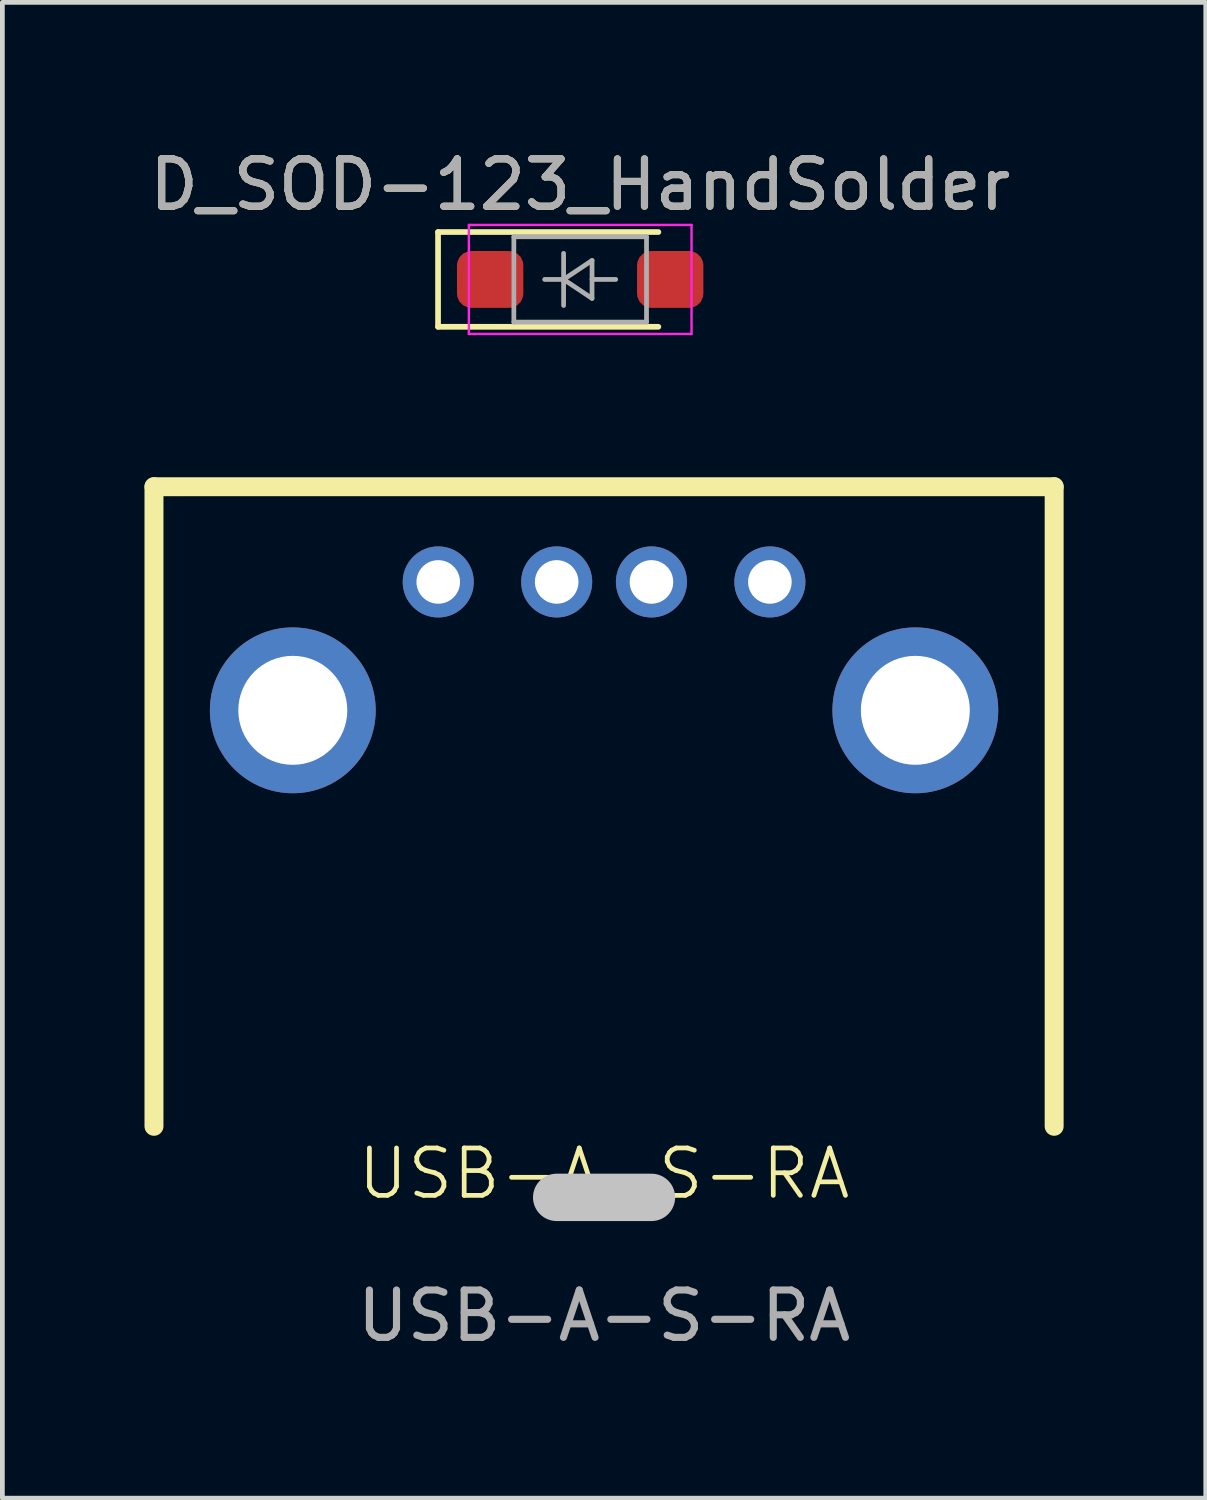
<source format=kicad_pcb>
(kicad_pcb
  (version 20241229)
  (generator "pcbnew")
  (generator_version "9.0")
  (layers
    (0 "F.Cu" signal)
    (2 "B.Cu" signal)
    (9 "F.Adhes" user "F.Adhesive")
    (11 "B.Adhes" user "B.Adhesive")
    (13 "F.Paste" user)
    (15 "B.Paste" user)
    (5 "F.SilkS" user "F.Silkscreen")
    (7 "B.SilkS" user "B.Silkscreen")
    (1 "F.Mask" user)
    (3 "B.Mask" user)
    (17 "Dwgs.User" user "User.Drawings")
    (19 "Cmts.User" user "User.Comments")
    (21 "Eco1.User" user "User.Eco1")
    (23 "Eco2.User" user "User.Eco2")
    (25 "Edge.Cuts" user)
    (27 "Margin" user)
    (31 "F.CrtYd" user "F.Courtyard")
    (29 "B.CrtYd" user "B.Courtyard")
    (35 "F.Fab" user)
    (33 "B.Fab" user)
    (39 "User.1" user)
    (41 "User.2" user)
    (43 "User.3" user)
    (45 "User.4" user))
  (footprint "USB-A-S-RA"
    (layer "F.Cu")
    (at 9.7 22.223)
    (property "Reference" "USB-A-S-RA" (at 0 -0.5 0) (unlocked yes) (layer "F.SilkS") (effects (font (size 1 1) (thickness 0.1))))
    (attr smd)
    (fp_line (start -9.5 -15) (end 9.5 -15) (stroke (width 0.4) (type solid)) (layer "F.SilkS"))
    (fp_line (start -9.5 -1.5) (end -9.5 -15) (stroke (width 0.4) (type solid)) (layer "F.SilkS"))
    (fp_line (start 9.5 -15) (end 9.5 -1.5) (stroke (width 0.4) (type solid)) (layer "F.SilkS"))
    (fp_line (start -1 0) (end 1 0) (stroke (width 1) (type solid)) (layer "Dwgs.User"))
    (fp_text user "${REFERENCE}" (at 0 2.5 0) (unlocked yes) (layer "F.Fab") (effects (font (size 1 1) (thickness 0.15))))
    (pad "1" thru_hole circle (at -3.5 -12.99) (size 1.5 1.5) (drill 0.92) (layers "*.Cu" "*.Mask"))
    (pad "2" thru_hole circle (at -1 -12.99) (size 1.5 1.5) (drill 0.92) (layers "*.Cu" "*.Mask"))
    (pad "3" thru_hole circle (at 1 -12.99) (size 1.5 1.5) (drill 0.92) (layers "*.Cu" "*.Mask"))
    (pad "4" thru_hole circle (at 3.5 -12.99) (size 1.5 1.5) (drill 0.92) (layers "*.Cu" "*.Mask"))
    (pad "SH1" thru_hole circle (at -6.57 -10.28) (size 3.5 3.5) (drill 2.3) (layers "*.Cu" "*.Mask"))
    (pad "SH2" thru_hole circle (at 6.57 -10.28) (size 3.5 3.5) (drill 2.3) (layers "*.Cu" "*.Mask")))
  (footprint "D_SOD-123_HandSolder"
    (layer "F.Cu")
    (at 9.196 2.848)
    (property "Reference" "D_SOD-123_HandSolder" (at 0 -2 0) (layer "F.SilkS") (effects (font (size 1 1) (thickness 0.15))))
    (attr smd)
    (fp_line (start -3 -1) (end -3 1) (stroke (width 0.12) (type solid)) (layer "F.SilkS"))
    (fp_line (start -3 -1) (end 1.65 -1) (stroke (width 0.12) (type solid)) (layer "F.SilkS"))
    (fp_line (start -3 1) (end 1.65 1) (stroke (width 0.12) (type solid)) (layer "F.SilkS"))
    (fp_line (start -2.35 -1.15) (end -2.35 1.15) (stroke (width 0.05) (type solid)) (layer "F.CrtYd"))
    (fp_line (start -2.35 -1.15) (end 2.35 -1.15) (stroke (width 0.05) (type solid)) (layer "F.CrtYd"))
    (fp_line (start 2.35 -1.15) (end 2.35 1.15) (stroke (width 0.05) (type solid)) (layer "F.CrtYd"))
    (fp_line (start 2.35 1.15) (end -2.35 1.15) (stroke (width 0.05) (type solid)) (layer "F.CrtYd"))
    (fp_line (start -1.4 -0.9) (end 1.4 -0.9) (stroke (width 0.1) (type solid)) (layer "F.Fab"))
    (fp_line (start -1.4 0.9) (end -1.4 -0.9) (stroke (width 0.1) (type solid)) (layer "F.Fab"))
    (fp_line (start -0.75 0) (end -0.35 0) (stroke (width 0.1) (type solid)) (layer "F.Fab"))
    (fp_line (start -0.35 0) (end -0.35 -0.55) (stroke (width 0.1) (type solid)) (layer "F.Fab"))
    (fp_line (start -0.35 0) (end -0.35 0.55) (stroke (width 0.1) (type solid)) (layer "F.Fab"))
    (fp_line (start -0.35 0) (end 0.25 -0.4) (stroke (width 0.1) (type solid)) (layer "F.Fab"))
    (fp_line (start 0.25 -0.4) (end 0.25 0.4) (stroke (width 0.1) (type solid)) (layer "F.Fab"))
    (fp_line (start 0.25 0) (end 0.75 0) (stroke (width 0.1) (type solid)) (layer "F.Fab"))
    (fp_line (start 0.25 0.4) (end -0.35 0) (stroke (width 0.1) (type solid)) (layer "F.Fab"))
    (fp_line (start 1.4 -0.9) (end 1.4 0.9) (stroke (width 0.1) (type solid)) (layer "F.Fab"))
    (fp_line (start 1.4 0.9) (end -1.4 0.9) (stroke (width 0.1) (type solid)) (layer "F.Fab"))
    (fp_text user "${REFERENCE}" (at 0 -2 0) (layer "F.Fab") (effects (font (size 1 1) (thickness 0.15))))
    (pad "1" smd roundrect (at -1.9 0) (size 1.4 1.2) (layers "F.Cu" "F.Mask" "F.Paste") (roundrect_rratio 0.25))
    (pad "2" smd roundrect (at 1.9 0) (size 1.4 1.2) (layers "F.Cu" "F.Mask" "F.Paste") (roundrect_rratio 0.25)))
  (gr_rect
    (start -3 -3)
    (end 22.4 28.572)
    (stroke (width 0.1) (type default))
    (fill no)
    (layer "Edge.Cuts")))
</source>
